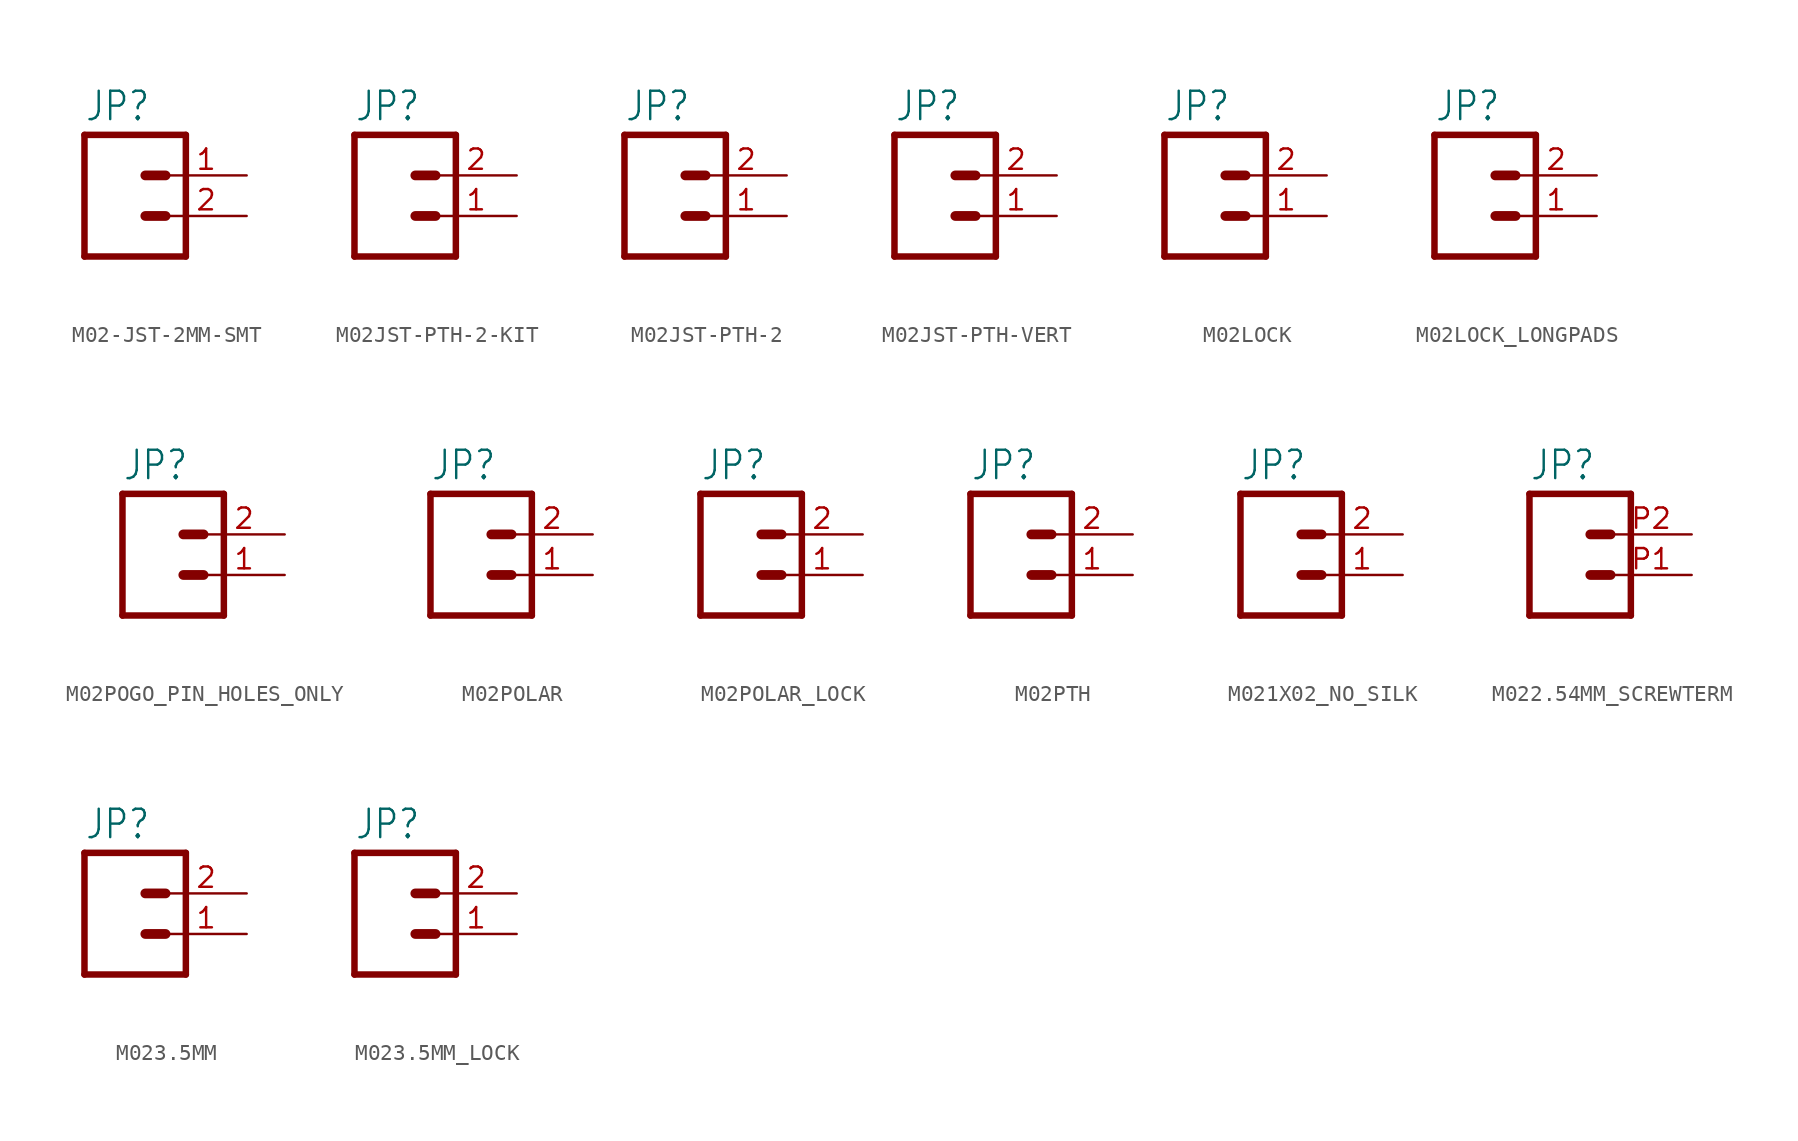
<source format=kicad_sym>
(kicad_symbol_lib
  (version 20220914)
  (generator kicad_symbol_editor)
  (symbol "M02-JST-2MM-SMT"
    (property "Reference" "JP"
      (at -2.54 5.842 0)
      (effects (font (size 1.778 1.511)) (justify left bottom)))
    (property "Value" ""
      (at -2.54 -5.08 0)
      (effects (font (size 1.778 1.511)) (justify left bottom)))
    (property "ki_locked" ""
      (at 0 0 0)
      (effects (font (size 1.27 1.27))))
    (symbol "M02-JST-2MM-SMT_1_0"
      (polyline (pts (xy -2.54 5.08) (xy -2.54 -2.54)) (stroke (width 0.406) (type solid)) (fill (type none)))
      (polyline (pts (xy -2.54 5.08) (xy 3.81 5.08)) (stroke (width 0.406) (type solid)) (fill (type none)))
      (polyline (pts (xy 1.27 0) (xy 2.54 0)) (stroke (width 0.61) (type solid)) (fill (type none)))
      (polyline (pts (xy 1.27 2.54) (xy 2.54 2.54)) (stroke (width 0.61) (type solid)) (fill (type none)))
      (polyline (pts (xy 3.81 -2.54) (xy -2.54 -2.54)) (stroke (width 0.406) (type solid)) (fill (type none)))
      (polyline (pts (xy 3.81 -2.54) (xy 3.81 5.08)) (stroke (width 0.406) (type solid)) (fill (type none)))
      (pin passive line (at 7.62 2.54 180) (length 5.08) (name "2" (effects (font (size 0 0)))) (number "1" (effects (font (size 1.27 1.27)))))
      (pin passive line (at 7.62 0 180) (length 5.08) (name "1" (effects (font (size 0 0)))) (number "2" (effects (font (size 1.27 1.27)))))))
  (symbol "M02JST-PTH-2-KIT"
    (property "Reference" "JP"
      (at -2.54 5.842 0)
      (effects (font (size 1.778 1.511)) (justify left bottom)))
    (property "Value" ""
      (at -2.54 -5.08 0)
      (effects (font (size 1.778 1.511)) (justify left bottom)))
    (property "ki_locked" ""
      (at 0 0 0)
      (effects (font (size 1.27 1.27))))
    (symbol "M02JST-PTH-2-KIT_1_0"
      (polyline (pts (xy -2.54 5.08) (xy -2.54 -2.54)) (stroke (width 0.406) (type solid)) (fill (type none)))
      (polyline (pts (xy -2.54 5.08) (xy 3.81 5.08)) (stroke (width 0.406) (type solid)) (fill (type none)))
      (polyline (pts (xy 1.27 0) (xy 2.54 0)) (stroke (width 0.61) (type solid)) (fill (type none)))
      (polyline (pts (xy 1.27 2.54) (xy 2.54 2.54)) (stroke (width 0.61) (type solid)) (fill (type none)))
      (polyline (pts (xy 3.81 -2.54) (xy -2.54 -2.54)) (stroke (width 0.406) (type solid)) (fill (type none)))
      (polyline (pts (xy 3.81 -2.54) (xy 3.81 5.08)) (stroke (width 0.406) (type solid)) (fill (type none)))
      (pin passive line (at 7.62 0 180) (length 5.08) (name "1" (effects (font (size 0 0)))) (number "1" (effects (font (size 1.27 1.27)))))
      (pin passive line (at 7.62 2.54 180) (length 5.08) (name "2" (effects (font (size 0 0)))) (number "2" (effects (font (size 1.27 1.27)))))))
  (symbol "M02JST-PTH-2"
    (property "Reference" "JP"
      (at -2.54 5.842 0)
      (effects (font (size 1.778 1.511)) (justify left bottom)))
    (property "Value" ""
      (at -2.54 -5.08 0)
      (effects (font (size 1.778 1.511)) (justify left bottom)))
    (property "ki_locked" ""
      (at 0 0 0)
      (effects (font (size 1.27 1.27))))
    (symbol "M02JST-PTH-2_1_0"
      (polyline (pts (xy -2.54 5.08) (xy -2.54 -2.54)) (stroke (width 0.406) (type solid)) (fill (type none)))
      (polyline (pts (xy -2.54 5.08) (xy 3.81 5.08)) (stroke (width 0.406) (type solid)) (fill (type none)))
      (polyline (pts (xy 1.27 0) (xy 2.54 0)) (stroke (width 0.61) (type solid)) (fill (type none)))
      (polyline (pts (xy 1.27 2.54) (xy 2.54 2.54)) (stroke (width 0.61) (type solid)) (fill (type none)))
      (polyline (pts (xy 3.81 -2.54) (xy -2.54 -2.54)) (stroke (width 0.406) (type solid)) (fill (type none)))
      (polyline (pts (xy 3.81 -2.54) (xy 3.81 5.08)) (stroke (width 0.406) (type solid)) (fill (type none)))
      (pin passive line (at 7.62 0 180) (length 5.08) (name "1" (effects (font (size 0 0)))) (number "1" (effects (font (size 1.27 1.27)))))
      (pin passive line (at 7.62 2.54 180) (length 5.08) (name "2" (effects (font (size 0 0)))) (number "2" (effects (font (size 1.27 1.27)))))))
  (symbol "M02JST-PTH-VERT"
    (property "Reference" "JP"
      (at -2.54 5.842 0)
      (effects (font (size 1.778 1.511)) (justify left bottom)))
    (property "Value" ""
      (at -2.54 -5.08 0)
      (effects (font (size 1.778 1.511)) (justify left bottom)))
    (property "ki_locked" ""
      (at 0 0 0)
      (effects (font (size 1.27 1.27))))
    (symbol "M02JST-PTH-VERT_1_0"
      (polyline (pts (xy -2.54 5.08) (xy -2.54 -2.54)) (stroke (width 0.406) (type solid)) (fill (type none)))
      (polyline (pts (xy -2.54 5.08) (xy 3.81 5.08)) (stroke (width 0.406) (type solid)) (fill (type none)))
      (polyline (pts (xy 1.27 0) (xy 2.54 0)) (stroke (width 0.61) (type solid)) (fill (type none)))
      (polyline (pts (xy 1.27 2.54) (xy 2.54 2.54)) (stroke (width 0.61) (type solid)) (fill (type none)))
      (polyline (pts (xy 3.81 -2.54) (xy -2.54 -2.54)) (stroke (width 0.406) (type solid)) (fill (type none)))
      (polyline (pts (xy 3.81 -2.54) (xy 3.81 5.08)) (stroke (width 0.406) (type solid)) (fill (type none)))
      (pin passive line (at 7.62 0 180) (length 5.08) (name "1" (effects (font (size 0 0)))) (number "1" (effects (font (size 1.27 1.27)))))
      (pin passive line (at 7.62 2.54 180) (length 5.08) (name "2" (effects (font (size 0 0)))) (number "2" (effects (font (size 1.27 1.27)))))))
  (symbol "M02LOCK"
    (property "Reference" "JP"
      (at -2.54 5.842 0)
      (effects (font (size 1.778 1.511)) (justify left bottom)))
    (property "Value" ""
      (at -2.54 -5.08 0)
      (effects (font (size 1.778 1.511)) (justify left bottom)))
    (property "ki_locked" ""
      (at 0 0 0)
      (effects (font (size 1.27 1.27))))
    (symbol "M02LOCK_1_0"
      (polyline (pts (xy -2.54 5.08) (xy -2.54 -2.54)) (stroke (width 0.406) (type solid)) (fill (type none)))
      (polyline (pts (xy -2.54 5.08) (xy 3.81 5.08)) (stroke (width 0.406) (type solid)) (fill (type none)))
      (polyline (pts (xy 1.27 0) (xy 2.54 0)) (stroke (width 0.61) (type solid)) (fill (type none)))
      (polyline (pts (xy 1.27 2.54) (xy 2.54 2.54)) (stroke (width 0.61) (type solid)) (fill (type none)))
      (polyline (pts (xy 3.81 -2.54) (xy -2.54 -2.54)) (stroke (width 0.406) (type solid)) (fill (type none)))
      (polyline (pts (xy 3.81 -2.54) (xy 3.81 5.08)) (stroke (width 0.406) (type solid)) (fill (type none)))
      (pin passive line (at 7.62 0 180) (length 5.08) (name "1" (effects (font (size 0 0)))) (number "1" (effects (font (size 1.27 1.27)))))
      (pin passive line (at 7.62 2.54 180) (length 5.08) (name "2" (effects (font (size 0 0)))) (number "2" (effects (font (size 1.27 1.27)))))))
  (symbol "M02LOCK_LONGPADS"
    (property "Reference" "JP"
      (at -2.54 5.842 0)
      (effects (font (size 1.778 1.511)) (justify left bottom)))
    (property "Value" ""
      (at -2.54 -5.08 0)
      (effects (font (size 1.778 1.511)) (justify left bottom)))
    (property "ki_locked" ""
      (at 0 0 0)
      (effects (font (size 1.27 1.27))))
    (symbol "M02LOCK_LONGPADS_1_0"
      (polyline (pts (xy -2.54 5.08) (xy -2.54 -2.54)) (stroke (width 0.406) (type solid)) (fill (type none)))
      (polyline (pts (xy -2.54 5.08) (xy 3.81 5.08)) (stroke (width 0.406) (type solid)) (fill (type none)))
      (polyline (pts (xy 1.27 0) (xy 2.54 0)) (stroke (width 0.61) (type solid)) (fill (type none)))
      (polyline (pts (xy 1.27 2.54) (xy 2.54 2.54)) (stroke (width 0.61) (type solid)) (fill (type none)))
      (polyline (pts (xy 3.81 -2.54) (xy -2.54 -2.54)) (stroke (width 0.406) (type solid)) (fill (type none)))
      (polyline (pts (xy 3.81 -2.54) (xy 3.81 5.08)) (stroke (width 0.406) (type solid)) (fill (type none)))
      (pin passive line (at 7.62 0 180) (length 5.08) (name "1" (effects (font (size 0 0)))) (number "1" (effects (font (size 1.27 1.27)))))
      (pin passive line (at 7.62 2.54 180) (length 5.08) (name "2" (effects (font (size 0 0)))) (number "2" (effects (font (size 1.27 1.27)))))))
  (symbol "M02POGO_PIN_HOLES_ONLY"
    (property "Reference" "JP"
      (at -2.54 5.842 0)
      (effects (font (size 1.778 1.511)) (justify left bottom)))
    (property "Value" ""
      (at -2.54 -5.08 0)
      (effects (font (size 1.778 1.511)) (justify left bottom)))
    (property "ki_locked" ""
      (at 0 0 0)
      (effects (font (size 1.27 1.27))))
    (symbol "M02POGO_PIN_HOLES_ONLY_1_0"
      (polyline (pts (xy -2.54 5.08) (xy -2.54 -2.54)) (stroke (width 0.406) (type solid)) (fill (type none)))
      (polyline (pts (xy -2.54 5.08) (xy 3.81 5.08)) (stroke (width 0.406) (type solid)) (fill (type none)))
      (polyline (pts (xy 1.27 0) (xy 2.54 0)) (stroke (width 0.61) (type solid)) (fill (type none)))
      (polyline (pts (xy 1.27 2.54) (xy 2.54 2.54)) (stroke (width 0.61) (type solid)) (fill (type none)))
      (polyline (pts (xy 3.81 -2.54) (xy -2.54 -2.54)) (stroke (width 0.406) (type solid)) (fill (type none)))
      (polyline (pts (xy 3.81 -2.54) (xy 3.81 5.08)) (stroke (width 0.406) (type solid)) (fill (type none)))
      (pin passive line (at 7.62 0 180) (length 5.08) (name "1" (effects (font (size 0 0)))) (number "1" (effects (font (size 1.27 1.27)))))
      (pin passive line (at 7.62 2.54 180) (length 5.08) (name "2" (effects (font (size 0 0)))) (number "2" (effects (font (size 1.27 1.27)))))))
  (symbol "M02POLAR"
    (property "Reference" "JP"
      (at -2.54 5.842 0)
      (effects (font (size 1.778 1.511)) (justify left bottom)))
    (property "Value" ""
      (at -2.54 -5.08 0)
      (effects (font (size 1.778 1.511)) (justify left bottom)))
    (property "ki_locked" ""
      (at 0 0 0)
      (effects (font (size 1.27 1.27))))
    (symbol "M02POLAR_1_0"
      (polyline (pts (xy -2.54 5.08) (xy -2.54 -2.54)) (stroke (width 0.406) (type solid)) (fill (type none)))
      (polyline (pts (xy -2.54 5.08) (xy 3.81 5.08)) (stroke (width 0.406) (type solid)) (fill (type none)))
      (polyline (pts (xy 1.27 0) (xy 2.54 0)) (stroke (width 0.61) (type solid)) (fill (type none)))
      (polyline (pts (xy 1.27 2.54) (xy 2.54 2.54)) (stroke (width 0.61) (type solid)) (fill (type none)))
      (polyline (pts (xy 3.81 -2.54) (xy -2.54 -2.54)) (stroke (width 0.406) (type solid)) (fill (type none)))
      (polyline (pts (xy 3.81 -2.54) (xy 3.81 5.08)) (stroke (width 0.406) (type solid)) (fill (type none)))
      (pin passive line (at 7.62 0 180) (length 5.08) (name "1" (effects (font (size 0 0)))) (number "1" (effects (font (size 1.27 1.27)))))
      (pin passive line (at 7.62 2.54 180) (length 5.08) (name "2" (effects (font (size 0 0)))) (number "2" (effects (font (size 1.27 1.27)))))))
  (symbol "M02POLAR_LOCK"
    (property "Reference" "JP"
      (at -2.54 5.842 0)
      (effects (font (size 1.778 1.511)) (justify left bottom)))
    (property "Value" ""
      (at -2.54 -5.08 0)
      (effects (font (size 1.778 1.511)) (justify left bottom)))
    (property "ki_locked" ""
      (at 0 0 0)
      (effects (font (size 1.27 1.27))))
    (symbol "M02POLAR_LOCK_1_0"
      (polyline (pts (xy -2.54 5.08) (xy -2.54 -2.54)) (stroke (width 0.406) (type solid)) (fill (type none)))
      (polyline (pts (xy -2.54 5.08) (xy 3.81 5.08)) (stroke (width 0.406) (type solid)) (fill (type none)))
      (polyline (pts (xy 1.27 0) (xy 2.54 0)) (stroke (width 0.61) (type solid)) (fill (type none)))
      (polyline (pts (xy 1.27 2.54) (xy 2.54 2.54)) (stroke (width 0.61) (type solid)) (fill (type none)))
      (polyline (pts (xy 3.81 -2.54) (xy -2.54 -2.54)) (stroke (width 0.406) (type solid)) (fill (type none)))
      (polyline (pts (xy 3.81 -2.54) (xy 3.81 5.08)) (stroke (width 0.406) (type solid)) (fill (type none)))
      (pin passive line (at 7.62 0 180) (length 5.08) (name "1" (effects (font (size 0 0)))) (number "1" (effects (font (size 1.27 1.27)))))
      (pin passive line (at 7.62 2.54 180) (length 5.08) (name "2" (effects (font (size 0 0)))) (number "2" (effects (font (size 1.27 1.27)))))))
  (symbol "M02PTH"
    (property "Reference" "JP"
      (at -2.54 5.842 0)
      (effects (font (size 1.778 1.511)) (justify left bottom)))
    (property "Value" ""
      (at -2.54 -5.08 0)
      (effects (font (size 1.778 1.511)) (justify left bottom)))
    (property "ki_locked" ""
      (at 0 0 0)
      (effects (font (size 1.27 1.27))))
    (symbol "M02PTH_1_0"
      (polyline (pts (xy -2.54 5.08) (xy -2.54 -2.54)) (stroke (width 0.406) (type solid)) (fill (type none)))
      (polyline (pts (xy -2.54 5.08) (xy 3.81 5.08)) (stroke (width 0.406) (type solid)) (fill (type none)))
      (polyline (pts (xy 1.27 0) (xy 2.54 0)) (stroke (width 0.61) (type solid)) (fill (type none)))
      (polyline (pts (xy 1.27 2.54) (xy 2.54 2.54)) (stroke (width 0.61) (type solid)) (fill (type none)))
      (polyline (pts (xy 3.81 -2.54) (xy -2.54 -2.54)) (stroke (width 0.406) (type solid)) (fill (type none)))
      (polyline (pts (xy 3.81 -2.54) (xy 3.81 5.08)) (stroke (width 0.406) (type solid)) (fill (type none)))
      (pin passive line (at 7.62 0 180) (length 5.08) (name "1" (effects (font (size 0 0)))) (number "1" (effects (font (size 1.27 1.27)))))
      (pin passive line (at 7.62 2.54 180) (length 5.08) (name "2" (effects (font (size 0 0)))) (number "2" (effects (font (size 1.27 1.27)))))))
  (symbol "M021X02_NO_SILK"
    (property "Reference" "JP"
      (at -2.54 5.842 0)
      (effects (font (size 1.778 1.511)) (justify left bottom)))
    (property "Value" ""
      (at -2.54 -5.08 0)
      (effects (font (size 1.778 1.511)) (justify left bottom)))
    (property "ki_locked" ""
      (at 0 0 0)
      (effects (font (size 1.27 1.27))))
    (symbol "M021X02_NO_SILK_1_0"
      (polyline (pts (xy -2.54 5.08) (xy -2.54 -2.54)) (stroke (width 0.406) (type solid)) (fill (type none)))
      (polyline (pts (xy -2.54 5.08) (xy 3.81 5.08)) (stroke (width 0.406) (type solid)) (fill (type none)))
      (polyline (pts (xy 1.27 0) (xy 2.54 0)) (stroke (width 0.61) (type solid)) (fill (type none)))
      (polyline (pts (xy 1.27 2.54) (xy 2.54 2.54)) (stroke (width 0.61) (type solid)) (fill (type none)))
      (polyline (pts (xy 3.81 -2.54) (xy -2.54 -2.54)) (stroke (width 0.406) (type solid)) (fill (type none)))
      (polyline (pts (xy 3.81 -2.54) (xy 3.81 5.08)) (stroke (width 0.406) (type solid)) (fill (type none)))
      (pin passive line (at 7.62 0 180) (length 5.08) (name "1" (effects (font (size 0 0)))) (number "1" (effects (font (size 1.27 1.27)))))
      (pin passive line (at 7.62 2.54 180) (length 5.08) (name "2" (effects (font (size 0 0)))) (number "2" (effects (font (size 1.27 1.27)))))))
  (symbol "M022.54MM_SCREWTERM"
    (property "Reference" "JP"
      (at -2.54 5.842 0)
      (effects (font (size 1.778 1.511)) (justify left bottom)))
    (property "Value" ""
      (at -2.54 -5.08 0)
      (effects (font (size 1.778 1.511)) (justify left bottom)))
    (property "ki_locked" ""
      (at 0 0 0)
      (effects (font (size 1.27 1.27))))
    (symbol "M022.54MM_SCREWTERM_1_0"
      (polyline (pts (xy -2.54 5.08) (xy -2.54 -2.54)) (stroke (width 0.406) (type solid)) (fill (type none)))
      (polyline (pts (xy -2.54 5.08) (xy 3.81 5.08)) (stroke (width 0.406) (type solid)) (fill (type none)))
      (polyline (pts (xy 1.27 0) (xy 2.54 0)) (stroke (width 0.61) (type solid)) (fill (type none)))
      (polyline (pts (xy 1.27 2.54) (xy 2.54 2.54)) (stroke (width 0.61) (type solid)) (fill (type none)))
      (polyline (pts (xy 3.81 -2.54) (xy -2.54 -2.54)) (stroke (width 0.406) (type solid)) (fill (type none)))
      (polyline (pts (xy 3.81 -2.54) (xy 3.81 5.08)) (stroke (width 0.406) (type solid)) (fill (type none)))
      (pin passive line (at 7.62 0 180) (length 5.08) (name "1" (effects (font (size 0 0)))) (number "P1" (effects (font (size 1.27 1.27)))))
      (pin passive line (at 7.62 2.54 180) (length 5.08) (name "2" (effects (font (size 0 0)))) (number "P2" (effects (font (size 1.27 1.27)))))))
  (symbol "M023.5MM"
    (property "Reference" "JP"
      (at -2.54 5.842 0)
      (effects (font (size 1.778 1.511)) (justify left bottom)))
    (property "Value" ""
      (at -2.54 -5.08 0)
      (effects (font (size 1.778 1.511)) (justify left bottom)))
    (property "ki_locked" ""
      (at 0 0 0)
      (effects (font (size 1.27 1.27))))
    (symbol "M023.5MM_1_0"
      (polyline (pts (xy -2.54 5.08) (xy -2.54 -2.54)) (stroke (width 0.406) (type solid)) (fill (type none)))
      (polyline (pts (xy -2.54 5.08) (xy 3.81 5.08)) (stroke (width 0.406) (type solid)) (fill (type none)))
      (polyline (pts (xy 1.27 0) (xy 2.54 0)) (stroke (width 0.61) (type solid)) (fill (type none)))
      (polyline (pts (xy 1.27 2.54) (xy 2.54 2.54)) (stroke (width 0.61) (type solid)) (fill (type none)))
      (polyline (pts (xy 3.81 -2.54) (xy -2.54 -2.54)) (stroke (width 0.406) (type solid)) (fill (type none)))
      (polyline (pts (xy 3.81 -2.54) (xy 3.81 5.08)) (stroke (width 0.406) (type solid)) (fill (type none)))
      (pin passive line (at 7.62 0 180) (length 5.08) (name "1" (effects (font (size 0 0)))) (number "1" (effects (font (size 1.27 1.27)))))
      (pin passive line (at 7.62 2.54 180) (length 5.08) (name "2" (effects (font (size 0 0)))) (number "2" (effects (font (size 1.27 1.27)))))))
  (symbol "M023.5MM_LOCK"
    (property "Reference" "JP"
      (at -2.54 5.842 0)
      (effects (font (size 1.778 1.511)) (justify left bottom)))
    (property "Value" ""
      (at -2.54 -5.08 0)
      (effects (font (size 1.778 1.511)) (justify left bottom)))
    (property "ki_locked" ""
      (at 0 0 0)
      (effects (font (size 1.27 1.27))))
    (symbol "M023.5MM_LOCK_1_0"
      (polyline (pts (xy -2.54 5.08) (xy -2.54 -2.54)) (stroke (width 0.406) (type solid)) (fill (type none)))
      (polyline (pts (xy -2.54 5.08) (xy 3.81 5.08)) (stroke (width 0.406) (type solid)) (fill (type none)))
      (polyline (pts (xy 1.27 0) (xy 2.54 0)) (stroke (width 0.61) (type solid)) (fill (type none)))
      (polyline (pts (xy 1.27 2.54) (xy 2.54 2.54)) (stroke (width 0.61) (type solid)) (fill (type none)))
      (polyline (pts (xy 3.81 -2.54) (xy -2.54 -2.54)) (stroke (width 0.406) (type solid)) (fill (type none)))
      (polyline (pts (xy 3.81 -2.54) (xy 3.81 5.08)) (stroke (width 0.406) (type solid)) (fill (type none)))
      (pin passive line (at 7.62 0 180) (length 5.08) (name "1" (effects (font (size 0 0)))) (number "1" (effects (font (size 1.27 1.27)))))
      (pin passive line (at 7.62 2.54 180) (length 5.08) (name "2" (effects (font (size 0 0)))) (number "2" (effects (font (size 1.27 1.27))))))))
</source>
